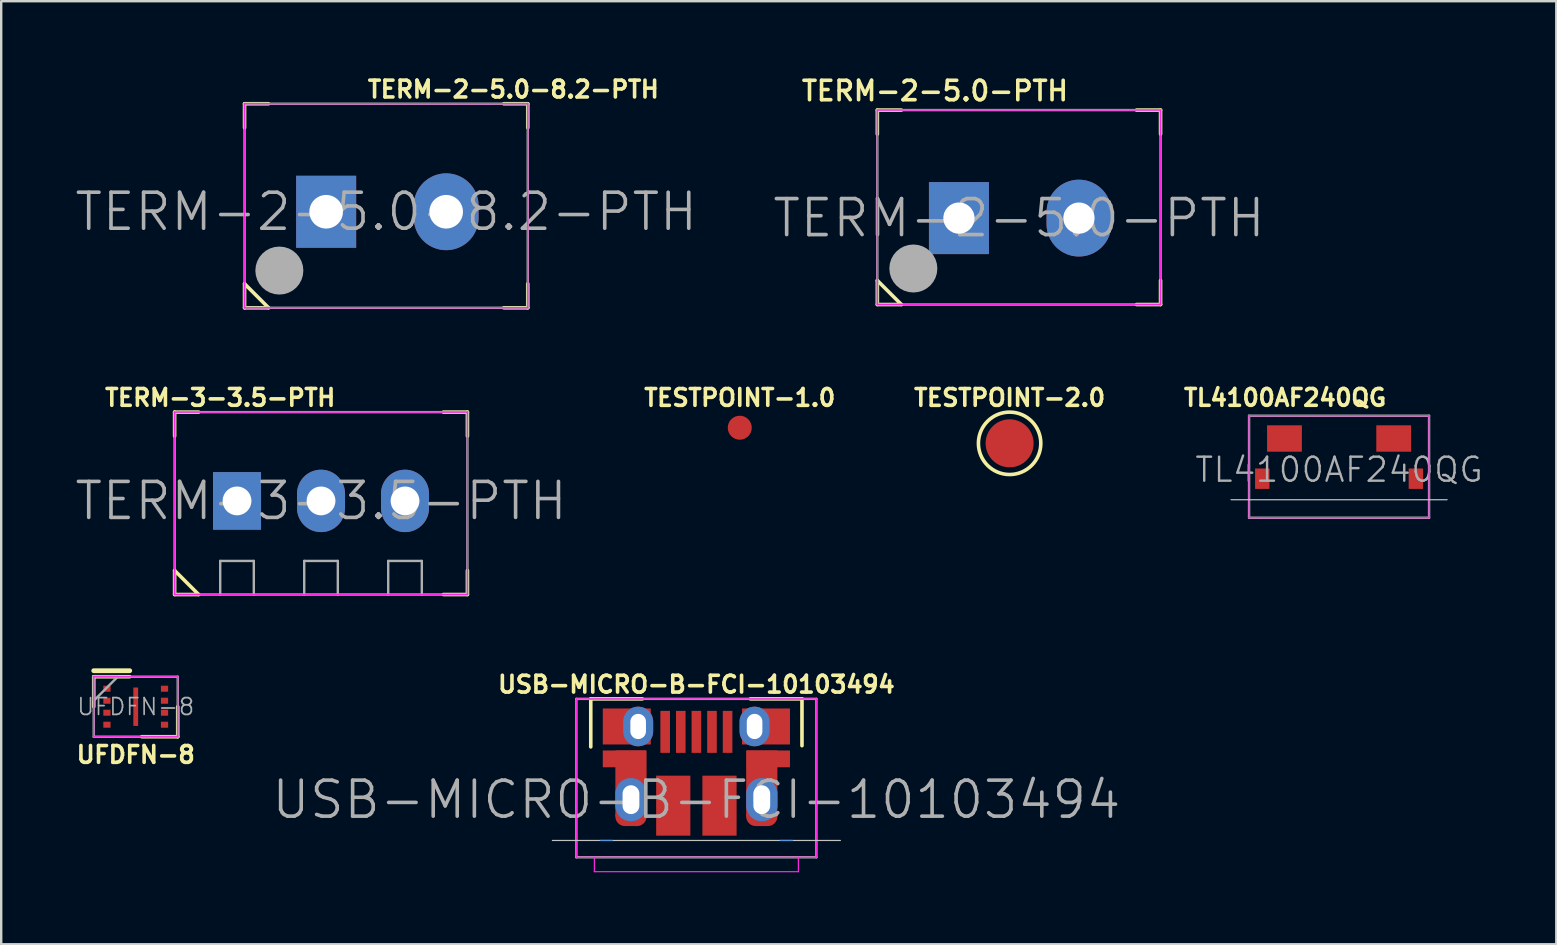
<source format=kicad_pcb>
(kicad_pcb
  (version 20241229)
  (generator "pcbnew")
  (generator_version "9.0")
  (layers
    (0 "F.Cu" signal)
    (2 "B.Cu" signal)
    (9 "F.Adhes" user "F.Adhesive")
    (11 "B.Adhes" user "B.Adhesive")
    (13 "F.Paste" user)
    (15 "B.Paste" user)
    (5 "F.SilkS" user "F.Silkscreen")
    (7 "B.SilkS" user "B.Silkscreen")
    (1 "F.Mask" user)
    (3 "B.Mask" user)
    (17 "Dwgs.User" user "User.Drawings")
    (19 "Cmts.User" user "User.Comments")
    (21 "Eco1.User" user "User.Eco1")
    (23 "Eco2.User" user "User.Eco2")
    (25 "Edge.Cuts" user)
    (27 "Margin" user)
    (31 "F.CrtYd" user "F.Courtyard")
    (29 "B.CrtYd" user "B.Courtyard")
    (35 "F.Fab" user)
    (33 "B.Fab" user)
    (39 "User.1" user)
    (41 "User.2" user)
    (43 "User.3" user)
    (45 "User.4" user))
  (footprint "TERM-2-5.0-8.2-PTH"
    (layer "F.Cu")
    (at 13.039 5.773)
    (property "Reference" "TERM-2-5.0-8.2-PTH" (at 5.3 -5.1 0) (layer "F.SilkS") (effects (font (size 0.7 0.7) (thickness 0.15))))
    (attr through_hole)
    (fp_line (start -5.9 -4.5) (end -4.9 -4.5) (stroke (width 0.15) (type solid)) (layer "F.SilkS"))
    (fp_line (start -5.9 -3.5) (end -5.9 -4.5) (stroke (width 0.15) (type solid)) (layer "F.SilkS"))
    (fp_line (start -5.9 3) (end -4.9 4) (stroke (width 0.15) (type solid)) (layer "F.SilkS"))
    (fp_line (start -5.9 4) (end -5.9 3) (stroke (width 0.15) (type solid)) (layer "F.SilkS"))
    (fp_line (start -4.9 4) (end -5.9 4) (stroke (width 0.15) (type solid)) (layer "F.SilkS"))
    (fp_line (start 4.9 -4.5) (end 5.9 -4.5) (stroke (width 0.15) (type solid)) (layer "F.SilkS"))
    (fp_line (start 5.9 -4.5) (end 5.9 -3.5) (stroke (width 0.15) (type solid)) (layer "F.SilkS"))
    (fp_line (start 5.9 3) (end 5.9 4) (stroke (width 0.15) (type solid)) (layer "F.SilkS"))
    (fp_line (start 5.9 4) (end 4.9 4) (stroke (width 0.15) (type solid)) (layer "F.SilkS"))
    (fp_line (start -5.9 -4.5) (end -5.9 4) (stroke (width 0.05) (type solid)) (layer "F.CrtYd"))
    (fp_line (start -5.9 4) (end 5.9 4) (stroke (width 0.05) (type solid)) (layer "F.CrtYd"))
    (fp_line (start 5.9 -4.5) (end -5.9 -4.5) (stroke (width 0.05) (type solid)) (layer "F.CrtYd"))
    (fp_line (start 5.9 4) (end 5.9 -4.5) (stroke (width 0.05) (type solid)) (layer "F.CrtYd"))
    (fp_line (start -5.9 -4.5) (end 5.9 -4.5) (stroke (width 0.1) (type solid)) (layer "F.Fab"))
    (fp_line (start -5.9 4) (end -5.9 -4.5) (stroke (width 0.1) (type solid)) (layer "F.Fab"))
    (fp_line (start 5.9 -4.5) (end 5.9 4) (stroke (width 0.1) (type solid)) (layer "F.Fab"))
    (fp_line (start 5.9 4) (end -5.9 4) (stroke (width 0.1) (type solid)) (layer "F.Fab"))
    (fp_circle (center -4.45 2.45) (end -3.95 2.45) (stroke (width 1) (type solid)) (fill no) (layer "F.Fab"))
    (fp_text user "${REFERENCE}" (at 0 0 0) (layer "F.Fab") (effects (font (size 1.5 1.5) (thickness 0.15))))
    (pad "1" thru_hole rect (at -2.5 0) (size 2.5 3) (drill 1.4) (layers "*.Cu" "*.Mask"))
    (pad "2" thru_hole oval (at 2.5 0) (size 2.7 3.2) (drill 1.4) (layers "*.Cu" "*.Mask")))
  (footprint "TESTPOINT-2.0"
    (layer "F.Cu")
    (at 39.015 15.421)
    (property "Reference" "TESTPOINT-2.0" (at 0 -1.9 0) (layer "F.SilkS") (effects (font (size 0.7 0.7) (thickness 0.15))))
    (attr through_hole)
    (fp_circle (center 0 0) (end 1.3 0) (stroke (width 0.15) (type solid)) (fill no) (layer "F.SilkS"))
    (pad "TP" smd circle (at 0 0) (size 2 2) (layers "F.Cu" "F.Mask")))
  (footprint "TESTPOINT-1.0"
    (layer "F.Cu")
    (at 27.772 14.771)
    (property "Reference" "TESTPOINT-1.0" (at 0 -1.25 0) (layer "F.SilkS") (effects (font (size 0.7 0.7) (thickness 0.15))))
    (attr through_hole)
    (pad "TP" smd circle (at 0 0) (size 1 1) (layers "F.Cu" "F.Mask")))
  (footprint "TL4100AF240QG"
    (layer "F.Cu")
    (at 52.742 17.77)
    (property "Reference" "TL4100AF240QG" (at -2.25 -4.25 0) (layer "F.SilkS") (effects (font (size 0.7 0.7) (thickness 0.15))))
    (attr through_hole)
    (fp_line (start 4.5 0) (end -4.5 0) (stroke (width 0.05) (type solid)) (layer "Dwgs.User"))
    (fp_line (start -3.75 0) (end -2.55 0) (stroke (width 0.05) (type solid)) (layer "Margin"))
    (fp_line (start -2.55 -0.95) (end -2.55 0) (stroke (width 0.05) (type solid)) (layer "Margin"))
    (fp_line (start -1.85 -1.65) (end 1.85 -1.65) (stroke (width 0.05) (type solid)) (layer "Margin"))
    (fp_line (start 2.555 -0.95) (end 2.555 0) (stroke (width 0.05) (type solid)) (layer "Margin"))
    (fp_line (start 3.755 0) (end 2.555 0) (stroke (width 0.05) (type solid)) (layer "Margin"))
    (fp_arc (start -2.550207 -0.950278) (mid -2.50343 -1.603675) (end -1.850001 -1.65) (stroke (width 0.05) (type solid)) (layer "Margin"))
    (fp_arc (start 1.854663 -1.65) (mid 2.508093 -1.603675) (end 2.554869 -0.950278) (stroke (width 0.05) (type solid)) (layer "Margin"))
    (fp_line (start -3.75 -3.5) (end 3.75 -3.5) (stroke (width 0.05) (type solid)) (layer "F.CrtYd"))
    (fp_line (start -3.75 0.75) (end -3.75 -3.5) (stroke (width 0.05) (type solid)) (layer "F.CrtYd"))
    (fp_line (start 3.75 -3.5) (end 3.75 0.75) (stroke (width 0.05) (type solid)) (layer "F.CrtYd"))
    (fp_line (start 3.75 0.75) (end -3.75 0.75) (stroke (width 0.05) (type solid)) (layer "F.CrtYd"))
    (fp_line (start -3.75 -3.5) (end 3.75 -3.5) (stroke (width 0.1) (type solid)) (layer "F.Fab"))
    (fp_line (start -3.75 0.75) (end -3.75 -3.5) (stroke (width 0.1) (type solid)) (layer "F.Fab"))
    (fp_line (start 3.75 -3.5) (end 3.75 0.75) (stroke (width 0.1) (type solid)) (layer "F.Fab"))
    (fp_line (start 3.75 0.75) (end -3.75 0.75) (stroke (width 0.1) (type solid)) (layer "F.Fab"))
    (fp_text user "${REFERENCE}" (at 0 -1.25 0) (layer "F.Fab") (effects (font (size 1 1) (thickness 0.1))))
    (pad "" smd rect (at -3.2 -0.875) (size 0.6 0.85) (layers "F.Cu" "F.Mask" "F.Paste"))
    (pad "" smd rect (at 3.2 -0.875) (size 0.6 0.85) (layers "F.Cu" "F.Mask" "F.Paste"))
    (pad "1" smd rect (at -2.275 -2.55 180) (size 1.45 1.1) (layers "F.Cu" "F.Mask" "F.Paste"))
    (pad "2" smd rect (at 2.275 -2.55 180) (size 1.45 1.1) (layers "F.Cu" "F.Mask" "F.Paste")))
  (footprint "USB-MICRO-B-FCI-10103494"
    (layer "F.Cu")
    (at 25.964 30.268)
    (property "Reference" "USB-MICRO-B-FCI-10103494" (at 0 -4.8 0) (layer "F.SilkS") (effects (font (size 0.7 0.7) (thickness 0.15))))
    (attr through_hole)
    (fp_line (start -4.4 -4.2) (end -2.25 -4.2) (stroke (width 0.15) (type solid)) (layer "F.SilkS"))
    (fp_line (start -4.4 -2.2) (end -4.4 -4.2) (stroke (width 0.15) (type solid)) (layer "F.SilkS"))
    (fp_line (start 2.25 -4.2) (end 4.4 -4.2) (stroke (width 0.15) (type solid)) (layer "F.SilkS"))
    (fp_line (start 4.4 -4.2) (end 4.4 -2.25) (stroke (width 0.15) (type solid)) (layer "F.SilkS"))
    (fp_line (start 6 1.7) (end -6 1.7) (stroke (width 0.05) (type solid)) (layer "Dwgs.User"))
    (fp_line (start -4 1.7) (end -3.5 1.7) (stroke (width 0.05) (type solid)) (layer "Cmts.User"))
    (fp_line (start 4 1.7) (end 3.5 1.7) (stroke (width 0.05) (type solid)) (layer "Cmts.User"))
    (fp_line (start -5 -4.2) (end -5 2.4) (stroke (width 0.05) (type solid)) (layer "F.CrtYd"))
    (fp_line (start -4.25 3) (end -4.25 2.4) (stroke (width 0.05) (type solid)) (layer "F.CrtYd"))
    (fp_line (start 4.25 2.4) (end 4.25 3) (stroke (width 0.05) (type solid)) (layer "F.CrtYd"))
    (fp_line (start 4.25 3) (end -4.25 3) (stroke (width 0.05) (type solid)) (layer "F.CrtYd"))
    (fp_line (start 5 -4.2) (end -5 -4.2) (stroke (width 0.05) (type solid)) (layer "F.CrtYd"))
    (fp_line (start 5 -4.2) (end 5 2.4) (stroke (width 0.05) (type solid)) (layer "F.CrtYd"))
    (fp_line (start 5 2.4) (end -5 2.4) (stroke (width 0.05) (type solid)) (layer "F.CrtYd"))
    (fp_line (start -5 -4.2) (end 5 -4.2) (stroke (width 0.1) (type solid)) (layer "F.Fab"))
    (fp_line (start -5 2.4) (end -5 -4.2) (stroke (width 0.1) (type solid)) (layer "F.Fab"))
    (fp_line (start 5 -4.2) (end 5 2.4) (stroke (width 0.1) (type solid)) (layer "F.Fab"))
    (fp_line (start 5 2.4) (end -5 2.4) (stroke (width 0.1) (type solid)) (layer "F.Fab"))
    (fp_text user "${REFERENCE}" (at 0 0 0) (layer "F.Fab") (effects (font (size 1.5 1.5) (thickness 0.15))))
    (pad "" smd rect (at -3 -1.7) (size 1.8 0.7) (layers "F.Cu" "F.Mask" "F.Paste"))
    (pad "" smd rect (at -2.725 -0.675) (size 1.3 2.75) (layers "F.Cu" "F.Mask" "F.Paste"))
    (pad "" thru_hole oval (at -2.725 0) (size 1.3 1.8) (drill oval 0.7 1.2) (layers "*.Cu" "*.Mask" "F.Paste"))
    (pad "" smd oval (at -2.725 0.7) (size 1.3 0.8) (layers "F.Cu" "F.Mask" "F.Paste"))
    (pad "" smd rect (at -0.963 0.25) (size 1.425 2.5) (layers "F.Cu" "F.Mask" "F.Paste"))
    (pad "" smd rect (at 0.963 0.25) (size 1.425 2.5) (layers "F.Cu" "F.Mask" "F.Paste"))
    (pad "" smd rect (at 2.725 -0.675) (size 1.3 2.75) (layers "F.Cu" "F.Mask" "F.Paste"))
    (pad "" thru_hole oval (at 2.725 0) (size 1.3 1.8) (drill oval 0.7 1.2) (layers "*.Cu" "*.Mask" "F.Paste"))
    (pad "" smd oval (at 2.725 0.7) (size 1.3 0.8) (layers "F.Cu" "F.Mask" "F.Paste"))
    (pad "" smd rect (at 3 -1.7) (size 1.8 0.7) (layers "F.Cu" "F.Mask" "F.Paste"))
    (pad "1" smd rect (at -1.3 -2.825) (size 0.4 1.75) (layers "F.Cu" "F.Mask" "F.Paste"))
    (pad "2" smd rect (at -0.65 -2.825) (size 0.4 1.75) (layers "F.Cu" "F.Mask" "F.Paste"))
    (pad "3" smd rect (at 0 -2.825) (size 0.4 1.75) (layers "F.Cu" "F.Mask" "F.Paste"))
    (pad "4" smd rect (at 0.65 -2.825) (size 0.4 1.75) (layers "F.Cu" "F.Mask" "F.Paste"))
    (pad "5" smd rect (at 1.3 -2.825) (size 0.4 1.75) (layers "F.Cu" "F.Mask" "F.Paste"))
    (pad "SHIE" smd rect (at -2.9 -3.05) (size 2 1.5) (layers "F.Cu" "F.Mask" "F.Paste"))
    (pad "SHIE" thru_hole oval (at -2.425 -3.05) (size 1.25 1.65) (drill oval 0.65 1.05) (layers "B.Cu" "B.Mask"))
    (pad "SHIE" thru_hole oval (at 2.425 -3.05) (size 1.25 1.65) (drill oval 0.65 1.05) (layers "B.Cu" "B.Mask"))
    (pad "SHIE" smd rect (at 2.9 -3.05) (size 2 1.5) (layers "F.Cu" "F.Mask" "F.Paste")))
  (footprint "TERM-3-3.5-PTH"
    (layer "F.Cu")
    (at 10.325 17.82)
    (property "Reference" "TERM-3-3.5-PTH" (at -4.2 -4.3 0) (layer "F.SilkS") (effects (font (size 0.7 0.7) (thickness 0.15))))
    (attr through_hole)
    (fp_line (start -6.1 -3.7) (end -5.1 -3.7) (stroke (width 0.15) (type solid)) (layer "F.SilkS"))
    (fp_line (start -6.1 -2.7) (end -6.1 -3.7) (stroke (width 0.15) (type solid)) (layer "F.SilkS"))
    (fp_line (start -6.1 2.9) (end -5.1 3.9) (stroke (width 0.15) (type solid)) (layer "F.SilkS"))
    (fp_line (start -6.1 3.9) (end -6.1 2.9) (stroke (width 0.15) (type solid)) (layer "F.SilkS"))
    (fp_line (start -5.1 3.9) (end -6.1 3.9) (stroke (width 0.15) (type solid)) (layer "F.SilkS"))
    (fp_line (start 5.1 -3.7) (end 6.1 -3.7) (stroke (width 0.15) (type solid)) (layer "F.SilkS"))
    (fp_line (start 6.1 -3.7) (end 6.1 -2.7) (stroke (width 0.15) (type solid)) (layer "F.SilkS"))
    (fp_line (start 6.1 2.9) (end 6.1 3.9) (stroke (width 0.15) (type solid)) (layer "F.SilkS"))
    (fp_line (start 6.1 3.9) (end 5.1 3.9) (stroke (width 0.15) (type solid)) (layer "F.SilkS"))
    (fp_line (start -6.1 -3.7) (end -6.1 3.9) (stroke (width 0.05) (type solid)) (layer "F.CrtYd"))
    (fp_line (start -6.1 3.9) (end 6.1 3.9) (stroke (width 0.05) (type solid)) (layer "F.CrtYd"))
    (fp_line (start 6.1 -3.7) (end -6.1 -3.7) (stroke (width 0.05) (type solid)) (layer "F.CrtYd"))
    (fp_line (start 6.1 3.9) (end 6.1 -3.7) (stroke (width 0.05) (type solid)) (layer "F.CrtYd"))
    (fp_line (start -6.1 -3.7) (end 6.1 -3.7) (stroke (width 0.1) (type solid)) (layer "F.Fab"))
    (fp_line (start -6.1 3.9) (end -6.1 -3.7) (stroke (width 0.1) (type solid)) (layer "F.Fab"))
    (fp_line (start -4.2 2.5) (end -2.8 2.5) (stroke (width 0.1) (type solid)) (layer "F.Fab"))
    (fp_line (start -4.2 3.9) (end -4.2 2.5) (stroke (width 0.1) (type solid)) (layer "F.Fab"))
    (fp_line (start -2.8 2.5) (end -2.8 3.9) (stroke (width 0.1) (type solid)) (layer "F.Fab"))
    (fp_line (start -0.7 2.5) (end 0.7 2.5) (stroke (width 0.1) (type solid)) (layer "F.Fab"))
    (fp_line (start -0.7 3.9) (end -0.7 2.5) (stroke (width 0.1) (type solid)) (layer "F.Fab"))
    (fp_line (start 0.7 2.5) (end 0.7 3.9) (stroke (width 0.1) (type solid)) (layer "F.Fab"))
    (fp_line (start 2.8 2.5) (end 4.2 2.5) (stroke (width 0.1) (type solid)) (layer "F.Fab"))
    (fp_line (start 2.8 3.9) (end 2.8 2.5) (stroke (width 0.1) (type solid)) (layer "F.Fab"))
    (fp_line (start 4.2 2.5) (end 4.2 3.9) (stroke (width 0.1) (type solid)) (layer "F.Fab"))
    (fp_line (start 6.1 -3.7) (end 6.1 3.9) (stroke (width 0.1) (type solid)) (layer "F.Fab"))
    (fp_line (start 6.1 3.9) (end -6.1 3.9) (stroke (width 0.1) (type solid)) (layer "F.Fab"))
    (fp_text user "${REFERENCE}" (at 0 0 0) (layer "F.Fab") (effects (font (size 1.5 1.5) (thickness 0.15))))
    (pad "1" thru_hole rect (at -3.5 0) (size 2 2.4) (drill 1.2) (layers "*.Cu" "*.Mask"))
    (pad "2" thru_hole oval (at 0 0) (size 2 2.6) (drill 1.2) (layers "*.Cu" "*.Mask"))
    (pad "3" thru_hole oval (at 3.5 0) (size 2 2.6) (drill 1.2) (layers "*.Cu" "*.Mask")))
  (footprint "UFDFN-8"
    (layer "F.Cu")
    (at 2.605 26.395)
    (property "Reference" "UFDFN-8" (at 0 2 0) (layer "F.SilkS") (effects (font (size 0.7 0.7) (thickness 0.15))))
    (attr through_hole)
    (fp_line (start -1.75 -1.5) (end -0.25 -1.5) (stroke (width 0.2) (type solid)) (layer "F.SilkS"))
    (fp_line (start -1.75 -1.25) (end -1.75 0) (stroke (width 0.15) (type solid)) (layer "F.SilkS"))
    (fp_line (start -0.25 -1.25) (end -1.75 -1.25) (stroke (width 0.15) (type solid)) (layer "F.SilkS"))
    (fp_line (start 0.25 1.25) (end 1.75 1.25) (stroke (width 0.15) (type solid)) (layer "F.SilkS"))
    (fp_line (start 1.75 1.25) (end 1.75 0) (stroke (width 0.15) (type solid)) (layer "F.SilkS"))
    (fp_line (start -1.75 -1.25) (end 1.75 -1.25) (stroke (width 0.05) (type solid)) (layer "F.CrtYd"))
    (fp_line (start -1.75 1.25) (end -1.75 -1.25) (stroke (width 0.05) (type solid)) (layer "F.CrtYd"))
    (fp_line (start 1.75 -1.25) (end 1.75 1.25) (stroke (width 0.05) (type solid)) (layer "F.CrtYd"))
    (fp_line (start 1.75 1.25) (end -1.75 1.25) (stroke (width 0.05) (type solid)) (layer "F.CrtYd"))
    (fp_line (start -1.75 -1.25) (end 1.75 -1.25) (stroke (width 0.1) (type solid)) (layer "F.Fab"))
    (fp_line (start -1.75 1.25) (end -1.75 -1.25) (stroke (width 0.1) (type solid)) (layer "F.Fab"))
    (fp_line (start 1.75 -1.25) (end 1.75 1.25) (stroke (width 0.1) (type solid)) (layer "F.Fab"))
    (fp_line (start 1.75 1.25) (end -1.75 1.25) (stroke (width 0.1) (type solid)) (layer "F.Fab"))
    (fp_poly (pts (xy -1.75 -1.25) (xy -1.75 -0.25) (xy -0.75 -1.25)) (stroke (width 0.1) (type solid)) (fill no) (layer "F.Fab"))
    (fp_text user "${REFERENCE}" (at 0 0 0) (layer "F.Fab") (effects (font (size 0.7 0.7) (thickness 0.07))))
    (pad "1" smd rect (at -1.2 -0.75) (size 0.3 0.25) (layers "F.Cu" "F.Mask" "F.Paste"))
    (pad "2" smd rect (at -1.2 -0.25) (size 0.3 0.25) (layers "F.Cu" "F.Mask" "F.Paste"))
    (pad "3" smd rect (at -1.2 0.25) (size 0.3 0.25) (layers "F.Cu" "F.Mask" "F.Paste"))
    (pad "4" smd rect (at -1.2 0.75) (size 0.3 0.25) (layers "F.Cu" "F.Mask" "F.Paste"))
    (pad "5" smd rect (at 1.2 0.75) (size 0.3 0.25) (layers "F.Cu" "F.Mask" "F.Paste"))
    (pad "6" smd rect (at 1.2 0.25) (size 0.3 0.25) (layers "F.Cu" "F.Mask" "F.Paste"))
    (pad "7" smd rect (at 1.2 -0.25) (size 0.3 0.25) (layers "F.Cu" "F.Mask" "F.Paste"))
    (pad "8" smd rect (at 1.2 -0.75) (size 0.3 0.25) (layers "F.Cu" "F.Mask" "F.Paste"))
    (pad "FLAG" smd rect (at 0 0) (size 0.2 1.6) (layers "F.Cu" "F.Mask" "F.Paste")))
  (footprint "TERM-2-5.0-PTH"
    (layer "F.Cu")
    (at 39.404 6.037)
    (property "Reference" "TERM-2-5.0-PTH" (at -3.5 -5.3 0) (layer "F.SilkS") (effects (font (size 0.81 0.81) (thickness 0.15))))
    (attr through_hole)
    (fp_line (start -5.9 -4.5) (end -4.9 -4.5) (stroke (width 0.15) (type solid)) (layer "F.SilkS"))
    (fp_line (start -5.9 -3.5) (end -5.9 -4.5) (stroke (width 0.15) (type solid)) (layer "F.SilkS"))
    (fp_line (start -5.9 2.6) (end -4.9 3.6) (stroke (width 0.15) (type solid)) (layer "F.SilkS"))
    (fp_line (start -5.9 3.6) (end -5.9 2.6) (stroke (width 0.15) (type solid)) (layer "F.SilkS"))
    (fp_line (start -4.9 3.6) (end -5.9 3.6) (stroke (width 0.15) (type solid)) (layer "F.SilkS"))
    (fp_line (start 4.9 -4.5) (end 5.9 -4.5) (stroke (width 0.15) (type solid)) (layer "F.SilkS"))
    (fp_line (start 5.9 -4.5) (end 5.9 -3.5) (stroke (width 0.15) (type solid)) (layer "F.SilkS"))
    (fp_line (start 5.9 2.6) (end 5.9 3.6) (stroke (width 0.15) (type solid)) (layer "F.SilkS"))
    (fp_line (start 5.9 3.6) (end 4.9 3.6) (stroke (width 0.15) (type solid)) (layer "F.SilkS"))
    (fp_line (start -5.9 -4.5) (end -5.9 3.6) (stroke (width 0.05) (type solid)) (layer "F.CrtYd"))
    (fp_line (start -5.9 3.6) (end 5.9 3.6) (stroke (width 0.05) (type solid)) (layer "F.CrtYd"))
    (fp_line (start 5.9 -4.5) (end -5.9 -4.5) (stroke (width 0.05) (type solid)) (layer "F.CrtYd"))
    (fp_line (start 5.9 3.6) (end 5.9 -4.5) (stroke (width 0.05) (type solid)) (layer "F.CrtYd"))
    (fp_line (start -5.9 -4.5) (end 5.9 -4.5) (stroke (width 0.1) (type solid)) (layer "F.Fab"))
    (fp_line (start -5.9 3.6) (end -5.9 -4.5) (stroke (width 0.1) (type solid)) (layer "F.Fab"))
    (fp_line (start 5.9 -4.5) (end 5.9 3.6) (stroke (width 0.1) (type solid)) (layer "F.Fab"))
    (fp_line (start 5.9 3.6) (end -5.9 3.6) (stroke (width 0.1) (type solid)) (layer "F.Fab"))
    (fp_circle (center -4.4 2.1) (end -3.9 2.1) (stroke (width 1) (type solid)) (fill no) (layer "F.Fab"))
    (fp_text user "${REFERENCE}" (at 0 0 0) (layer "F.Fab") (effects (font (size 1.5 1.5) (thickness 0.15))))
    (pad "1" thru_hole rect (at -2.5 0) (size 2.5 3) (drill 1.3) (layers "*.Cu" "*.Mask"))
    (pad "2" thru_hole oval (at 2.5 0) (size 2.7 3.2) (drill 1.3) (layers "*.Cu" "*.Mask")))
  (gr_rect
    (start -3 -3)
    (end 61.792 36.293)
    (stroke (width 0.1) (type default))
    (fill no)
    (layer "Edge.Cuts")))
</source>
